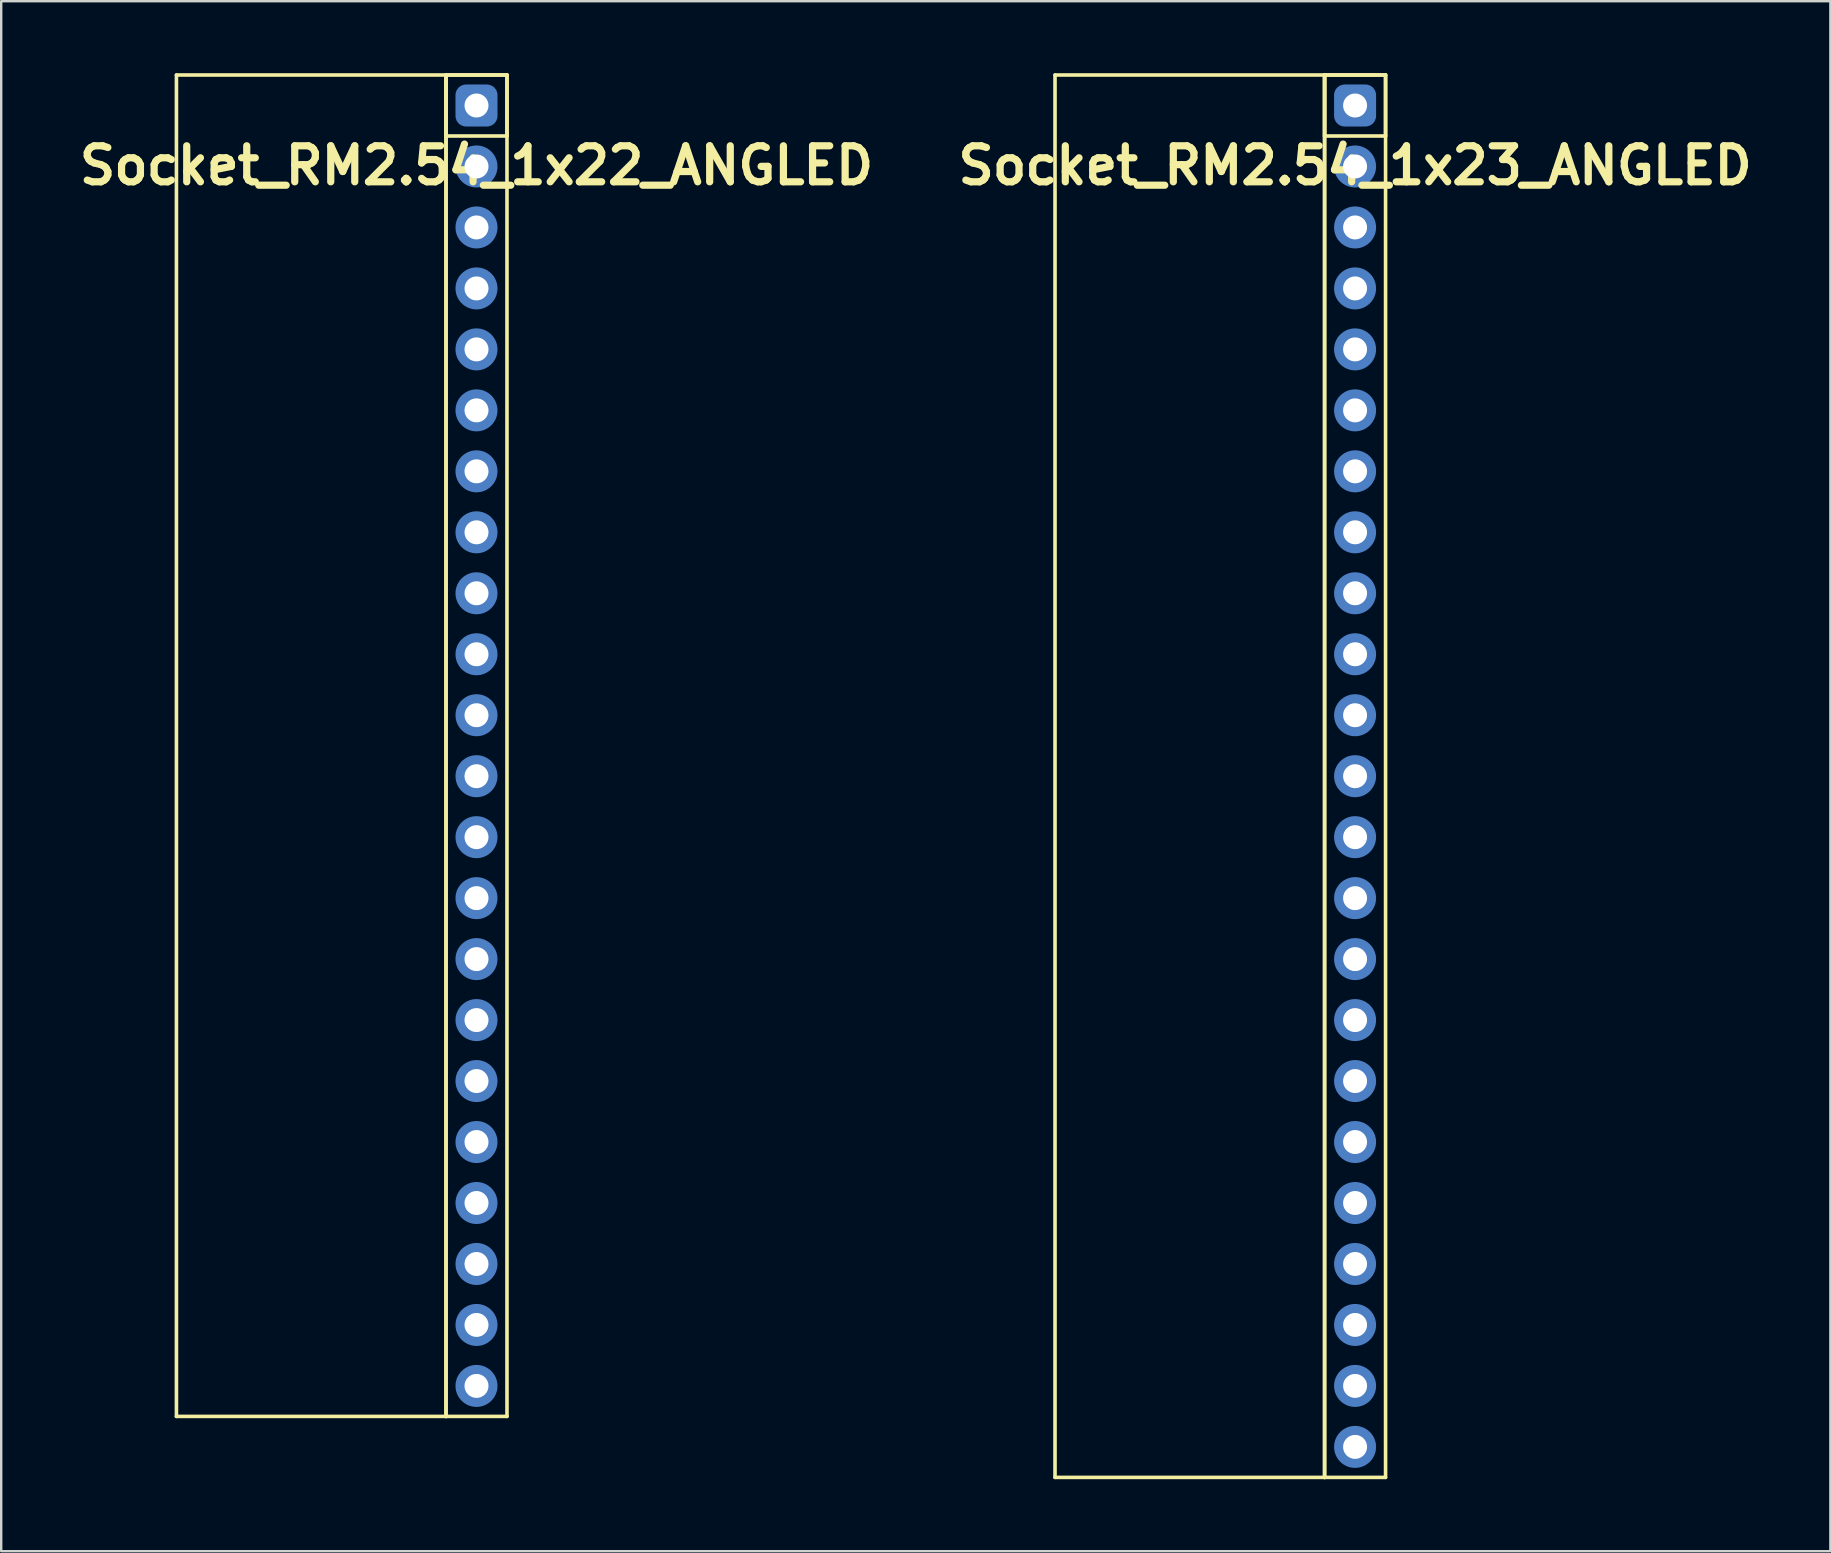
<source format=kicad_pcb>
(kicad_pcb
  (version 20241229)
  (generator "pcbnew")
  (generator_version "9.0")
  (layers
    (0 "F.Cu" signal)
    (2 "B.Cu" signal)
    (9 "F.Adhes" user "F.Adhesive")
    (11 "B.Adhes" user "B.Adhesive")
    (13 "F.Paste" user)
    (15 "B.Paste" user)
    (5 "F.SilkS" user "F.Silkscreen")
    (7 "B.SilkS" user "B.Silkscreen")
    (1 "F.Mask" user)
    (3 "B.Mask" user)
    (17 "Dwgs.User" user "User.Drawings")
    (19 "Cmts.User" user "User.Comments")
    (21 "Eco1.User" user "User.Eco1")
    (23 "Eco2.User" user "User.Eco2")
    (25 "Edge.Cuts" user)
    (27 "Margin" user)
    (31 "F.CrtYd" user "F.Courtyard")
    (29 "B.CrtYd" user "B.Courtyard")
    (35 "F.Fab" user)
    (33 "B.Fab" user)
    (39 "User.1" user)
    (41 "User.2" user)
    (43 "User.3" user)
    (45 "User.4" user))
  (footprint "Socket_RM2.54_1x23_ANGLED"
    (layer "F.Cu")
    (at 53.4 1.345)
    (property "Reference" "Socket_RM2.54_1x23_ANGLED" (at 0 2.5 0) (layer "F.SilkS") (effects (font (size 1.5 1.5) (thickness 0.3))))
    (attr through_hole)
    (fp_line (start -12.5 -1.27) (end -1.27 -1.27) (stroke (width 0.15) (type solid)) (layer "F.SilkS"))
    (fp_line (start -12.5 57.15) (end -12.5 -1.27) (stroke (width 0.15) (type solid)) (layer "F.SilkS"))
    (fp_line (start -1.27 -1.27) (end -1.27 57.15) (stroke (width 0.15) (type solid)) (layer "F.SilkS"))
    (fp_line (start -1.27 -1.27) (end 1.27 -1.27) (stroke (width 0.15) (type solid)) (layer "F.SilkS"))
    (fp_line (start -1.27 -1.27) (end 1.27 -1.27) (stroke (width 0.15) (type solid)) (layer "F.SilkS"))
    (fp_line (start -1.27 1.27) (end -1.27 -1.27) (stroke (width 0.15) (type solid)) (layer "F.SilkS"))
    (fp_line (start -1.27 57.15) (end -12.5 57.15) (stroke (width 0.15) (type solid)) (layer "F.SilkS"))
    (fp_line (start -1.27 57.15) (end -1.27 -1.27) (stroke (width 0.15) (type solid)) (layer "F.SilkS"))
    (fp_line (start 1.27 -1.27) (end 1.27 1.27) (stroke (width 0.15) (type solid)) (layer "F.SilkS"))
    (fp_line (start 1.27 -1.27) (end 1.27 57.15) (stroke (width 0.15) (type solid)) (layer "F.SilkS"))
    (fp_line (start 1.27 1.27) (end -1.27 1.27) (stroke (width 0.15) (type solid)) (layer "F.SilkS"))
    (fp_line (start 1.27 57.15) (end -1.27 57.15) (stroke (width 0.15) (type solid)) (layer "F.SilkS"))
    (pad "1" thru_hole circle (at 0 0) (size 1.3 1.3) (drill 1) (layers "*.Cu" "*.Mask"))
    (pad "1" smd roundrect (at 0 0) (size 1.5 1.5) (layers "F.Cu" "F.Mask") (roundrect_rratio 0.25))
    (pad "1" smd roundrect (at 0 0) (size 1.75 1.75) (layers "B.Cu" "B.Mask") (roundrect_rratio 0.25))
    (pad "2" thru_hole circle (at 0 2.54) (size 1.3 1.3) (drill 1) (layers "*.Cu" "*.Mask"))
    (pad "2" smd circle (at 0 2.54) (size 1.5 1.5) (layers "F.Cu" "F.Mask"))
    (pad "2" smd circle (at 0 2.54) (size 1.75 1.75) (layers "B.Cu" "B.Mask"))
    (pad "3" thru_hole circle (at 0 5.08) (size 1.3 1.3) (drill 1) (layers "*.Cu" "*.Mask"))
    (pad "3" smd circle (at 0 5.08) (size 1.5 1.5) (layers "F.Cu" "F.Mask"))
    (pad "3" smd circle (at 0 5.08) (size 1.75 1.75) (layers "B.Cu" "B.Mask"))
    (pad "4" thru_hole circle (at 0 7.62) (size 1.3 1.3) (drill 1) (layers "*.Cu" "*.Mask"))
    (pad "4" smd circle (at 0 7.62) (size 1.5 1.5) (layers "F.Cu" "F.Mask"))
    (pad "4" smd circle (at 0 7.62) (size 1.75 1.75) (layers "B.Cu" "B.Mask"))
    (pad "5" thru_hole circle (at 0 10.16) (size 1.3 1.3) (drill 1) (layers "*.Cu" "*.Mask"))
    (pad "5" smd circle (at 0 10.16) (size 1.5 1.5) (layers "F.Cu" "F.Mask"))
    (pad "5" smd circle (at 0 10.16) (size 1.75 1.75) (layers "B.Cu" "B.Mask"))
    (pad "6" thru_hole circle (at 0 12.7) (size 1.3 1.3) (drill 1) (layers "*.Cu" "*.Mask"))
    (pad "6" smd circle (at 0 12.7) (size 1.5 1.5) (layers "F.Cu" "F.Mask"))
    (pad "6" smd circle (at 0 12.7) (size 1.75 1.75) (layers "B.Cu" "B.Mask"))
    (pad "7" thru_hole circle (at 0 15.24) (size 1.3 1.3) (drill 1) (layers "*.Cu" "*.Mask"))
    (pad "7" smd circle (at 0 15.24) (size 1.5 1.5) (layers "F.Cu" "F.Mask"))
    (pad "7" smd circle (at 0 15.24) (size 1.75 1.75) (layers "B.Cu" "B.Mask"))
    (pad "8" thru_hole circle (at 0 17.78) (size 1.3 1.3) (drill 1) (layers "*.Cu" "*.Mask"))
    (pad "8" smd circle (at 0 17.78) (size 1.5 1.5) (layers "F.Cu" "F.Mask"))
    (pad "8" smd circle (at 0 17.78) (size 1.75 1.75) (layers "B.Cu" "B.Mask"))
    (pad "9" thru_hole circle (at 0 20.32) (size 1.3 1.3) (drill 1) (layers "*.Cu" "*.Mask"))
    (pad "9" smd circle (at 0 20.32) (size 1.5 1.5) (layers "F.Cu" "F.Mask"))
    (pad "9" smd circle (at 0 20.32) (size 1.75 1.75) (layers "B.Cu" "B.Mask"))
    (pad "10" thru_hole circle (at 0 22.86) (size 1.3 1.3) (drill 1) (layers "*.Cu" "*.Mask"))
    (pad "10" smd circle (at 0 22.86) (size 1.5 1.5) (layers "F.Cu" "F.Mask"))
    (pad "10" smd circle (at 0 22.86) (size 1.75 1.75) (layers "B.Cu" "B.Mask"))
    (pad "11" thru_hole circle (at 0 25.4) (size 1.3 1.3) (drill 1) (layers "*.Cu" "*.Mask"))
    (pad "11" smd circle (at 0 25.4) (size 1.5 1.5) (layers "F.Cu" "F.Mask"))
    (pad "11" smd circle (at 0 25.4) (size 1.75 1.75) (layers "B.Cu" "B.Mask"))
    (pad "12" thru_hole circle (at 0 27.94) (size 1.3 1.3) (drill 1) (layers "*.Cu" "*.Mask"))
    (pad "12" smd circle (at 0 27.94) (size 1.5 1.5) (layers "F.Cu" "F.Mask"))
    (pad "12" smd circle (at 0 27.94) (size 1.75 1.75) (layers "B.Cu" "B.Mask"))
    (pad "13" thru_hole circle (at 0 30.48) (size 1.3 1.3) (drill 1) (layers "*.Cu" "*.Mask"))
    (pad "13" smd circle (at 0 30.48) (size 1.5 1.5) (layers "F.Cu" "F.Mask"))
    (pad "13" smd circle (at 0 30.48) (size 1.75 1.75) (layers "B.Cu" "B.Mask"))
    (pad "14" thru_hole circle (at 0 33.02) (size 1.3 1.3) (drill 1) (layers "*.Cu" "*.Mask"))
    (pad "14" smd circle (at 0 33.02) (size 1.5 1.5) (layers "F.Cu" "F.Mask"))
    (pad "14" smd circle (at 0 33.02) (size 1.75 1.75) (layers "B.Cu" "B.Mask"))
    (pad "15" thru_hole circle (at 0 35.56) (size 1.3 1.3) (drill 1) (layers "*.Cu" "*.Mask"))
    (pad "15" smd circle (at 0 35.56) (size 1.5 1.5) (layers "F.Cu" "F.Mask"))
    (pad "15" smd circle (at 0 35.56) (size 1.75 1.75) (layers "B.Cu" "B.Mask"))
    (pad "16" thru_hole circle (at 0 38.1) (size 1.3 1.3) (drill 1) (layers "*.Cu" "*.Mask"))
    (pad "16" smd circle (at 0 38.1) (size 1.5 1.5) (layers "F.Cu" "F.Mask"))
    (pad "16" smd circle (at 0 38.1) (size 1.75 1.75) (layers "B.Cu" "B.Mask"))
    (pad "17" thru_hole circle (at 0 40.64) (size 1.3 1.3) (drill 1) (layers "*.Cu" "*.Mask"))
    (pad "17" smd circle (at 0 40.64) (size 1.5 1.5) (layers "F.Cu" "F.Mask"))
    (pad "17" smd circle (at 0 40.64) (size 1.75 1.75) (layers "B.Cu" "B.Mask"))
    (pad "18" thru_hole circle (at 0 43.18) (size 1.3 1.3) (drill 1) (layers "*.Cu" "*.Mask"))
    (pad "18" smd circle (at 0 43.18) (size 1.5 1.5) (layers "F.Cu" "F.Mask"))
    (pad "18" smd circle (at 0 43.18) (size 1.75 1.75) (layers "B.Cu" "B.Mask"))
    (pad "19" thru_hole circle (at 0 45.72) (size 1.3 1.3) (drill 1) (layers "*.Cu" "*.Mask"))
    (pad "19" smd circle (at 0 45.72) (size 1.5 1.5) (layers "F.Cu" "F.Mask"))
    (pad "19" smd circle (at 0 45.72) (size 1.75 1.75) (layers "B.Cu" "B.Mask"))
    (pad "20" thru_hole circle (at 0 48.26) (size 1.3 1.3) (drill 1) (layers "*.Cu" "*.Mask"))
    (pad "20" smd circle (at 0 48.26) (size 1.5 1.5) (layers "F.Cu" "F.Mask"))
    (pad "20" smd circle (at 0 48.26) (size 1.75 1.75) (layers "B.Cu" "B.Mask"))
    (pad "21" thru_hole circle (at 0 50.8) (size 1.3 1.3) (drill 1) (layers "*.Cu" "*.Mask"))
    (pad "21" smd circle (at 0 50.8) (size 1.5 1.5) (layers "F.Cu" "F.Mask"))
    (pad "21" smd circle (at 0 50.8) (size 1.75 1.75) (layers "B.Cu" "B.Mask"))
    (pad "22" thru_hole circle (at 0 53.34) (size 1.3 1.3) (drill 1) (layers "*.Cu" "*.Mask"))
    (pad "22" smd circle (at 0 53.34) (size 1.5 1.5) (layers "F.Cu" "F.Mask"))
    (pad "22" smd circle (at 0 53.34) (size 1.75 1.75) (layers "B.Cu" "B.Mask"))
    (pad "23" thru_hole circle (at 0 55.88) (size 1.3 1.3) (drill 1) (layers "*.Cu" "*.Mask"))
    (pad "23" smd circle (at 0 55.88) (size 1.5 1.5) (layers "F.Cu" "F.Mask"))
    (pad "23" smd circle (at 0 55.88) (size 1.75 1.75) (layers "B.Cu" "B.Mask")))
  (footprint "Socket_RM2.54_1x22_ANGLED"
    (layer "F.Cu")
    (at 16.8 1.345)
    (property "Reference" "Socket_RM2.54_1x22_ANGLED" (at 0 2.5 0) (layer "F.SilkS") (effects (font (size 1.5 1.5) (thickness 0.3))))
    (attr through_hole)
    (fp_line (start -12.5 -1.27) (end -1.27 -1.27) (stroke (width 0.15) (type solid)) (layer "F.SilkS"))
    (fp_line (start -12.5 54.61) (end -12.5 -1.27) (stroke (width 0.15) (type solid)) (layer "F.SilkS"))
    (fp_line (start -1.27 -1.27) (end -1.27 54.61) (stroke (width 0.15) (type solid)) (layer "F.SilkS"))
    (fp_line (start -1.27 -1.27) (end 1.27 -1.27) (stroke (width 0.15) (type solid)) (layer "F.SilkS"))
    (fp_line (start -1.27 -1.27) (end 1.27 -1.27) (stroke (width 0.15) (type solid)) (layer "F.SilkS"))
    (fp_line (start -1.27 1.27) (end -1.27 -1.27) (stroke (width 0.15) (type solid)) (layer "F.SilkS"))
    (fp_line (start -1.27 54.61) (end -12.5 54.61) (stroke (width 0.15) (type solid)) (layer "F.SilkS"))
    (fp_line (start -1.27 54.61) (end -1.27 -1.27) (stroke (width 0.15) (type solid)) (layer "F.SilkS"))
    (fp_line (start 1.27 -1.27) (end 1.27 1.27) (stroke (width 0.15) (type solid)) (layer "F.SilkS"))
    (fp_line (start 1.27 -1.27) (end 1.27 54.61) (stroke (width 0.15) (type solid)) (layer "F.SilkS"))
    (fp_line (start 1.27 1.27) (end -1.27 1.27) (stroke (width 0.15) (type solid)) (layer "F.SilkS"))
    (fp_line (start 1.27 54.61) (end -1.27 54.61) (stroke (width 0.15) (type solid)) (layer "F.SilkS"))
    (pad "1" thru_hole circle (at 0 0) (size 1.3 1.3) (drill 1) (layers "*.Cu" "*.Mask"))
    (pad "1" smd roundrect (at 0 0) (size 1.5 1.5) (layers "F.Cu" "F.Mask") (roundrect_rratio 0.25))
    (pad "1" smd roundrect (at 0 0) (size 1.75 1.75) (layers "B.Cu" "B.Mask") (roundrect_rratio 0.25))
    (pad "2" thru_hole circle (at 0 2.54) (size 1.3 1.3) (drill 1) (layers "*.Cu" "*.Mask"))
    (pad "2" smd circle (at 0 2.54) (size 1.5 1.5) (layers "F.Cu" "F.Mask"))
    (pad "2" smd circle (at 0 2.54) (size 1.75 1.75) (layers "B.Cu" "B.Mask"))
    (pad "3" thru_hole circle (at 0 5.08) (size 1.3 1.3) (drill 1) (layers "*.Cu" "*.Mask"))
    (pad "3" smd circle (at 0 5.08) (size 1.5 1.5) (layers "F.Cu" "F.Mask"))
    (pad "3" smd circle (at 0 5.08) (size 1.75 1.75) (layers "B.Cu" "B.Mask"))
    (pad "4" thru_hole circle (at 0 7.62) (size 1.3 1.3) (drill 1) (layers "*.Cu" "*.Mask"))
    (pad "4" smd circle (at 0 7.62) (size 1.5 1.5) (layers "F.Cu" "F.Mask"))
    (pad "4" smd circle (at 0 7.62) (size 1.75 1.75) (layers "B.Cu" "B.Mask"))
    (pad "5" thru_hole circle (at 0 10.16) (size 1.3 1.3) (drill 1) (layers "*.Cu" "*.Mask"))
    (pad "5" smd circle (at 0 10.16) (size 1.5 1.5) (layers "F.Cu" "F.Mask"))
    (pad "5" smd circle (at 0 10.16) (size 1.75 1.75) (layers "B.Cu" "B.Mask"))
    (pad "6" thru_hole circle (at 0 12.7) (size 1.3 1.3) (drill 1) (layers "*.Cu" "*.Mask"))
    (pad "6" smd circle (at 0 12.7) (size 1.5 1.5) (layers "F.Cu" "F.Mask"))
    (pad "6" smd circle (at 0 12.7) (size 1.75 1.75) (layers "B.Cu" "B.Mask"))
    (pad "7" thru_hole circle (at 0 15.24) (size 1.3 1.3) (drill 1) (layers "*.Cu" "*.Mask"))
    (pad "7" smd circle (at 0 15.24) (size 1.5 1.5) (layers "F.Cu" "F.Mask"))
    (pad "7" smd circle (at 0 15.24) (size 1.75 1.75) (layers "B.Cu" "B.Mask"))
    (pad "8" thru_hole circle (at 0 17.78) (size 1.3 1.3) (drill 1) (layers "*.Cu" "*.Mask"))
    (pad "8" smd circle (at 0 17.78) (size 1.5 1.5) (layers "F.Cu" "F.Mask"))
    (pad "8" smd circle (at 0 17.78) (size 1.75 1.75) (layers "B.Cu" "B.Mask"))
    (pad "9" thru_hole circle (at 0 20.32) (size 1.3 1.3) (drill 1) (layers "*.Cu" "*.Mask"))
    (pad "9" smd circle (at 0 20.32) (size 1.5 1.5) (layers "F.Cu" "F.Mask"))
    (pad "9" smd circle (at 0 20.32) (size 1.75 1.75) (layers "B.Cu" "B.Mask"))
    (pad "10" thru_hole circle (at 0 22.86) (size 1.3 1.3) (drill 1) (layers "*.Cu" "*.Mask"))
    (pad "10" smd circle (at 0 22.86) (size 1.5 1.5) (layers "F.Cu" "F.Mask"))
    (pad "10" smd circle (at 0 22.86) (size 1.75 1.75) (layers "B.Cu" "B.Mask"))
    (pad "11" thru_hole circle (at 0 25.4) (size 1.3 1.3) (drill 1) (layers "*.Cu" "*.Mask"))
    (pad "11" smd circle (at 0 25.4) (size 1.5 1.5) (layers "F.Cu" "F.Mask"))
    (pad "11" smd circle (at 0 25.4) (size 1.75 1.75) (layers "B.Cu" "B.Mask"))
    (pad "12" thru_hole circle (at 0 27.94) (size 1.3 1.3) (drill 1) (layers "*.Cu" "*.Mask"))
    (pad "12" smd circle (at 0 27.94) (size 1.5 1.5) (layers "F.Cu" "F.Mask"))
    (pad "12" smd circle (at 0 27.94) (size 1.75 1.75) (layers "B.Cu" "B.Mask"))
    (pad "13" thru_hole circle (at 0 30.48) (size 1.3 1.3) (drill 1) (layers "*.Cu" "*.Mask"))
    (pad "13" smd circle (at 0 30.48) (size 1.5 1.5) (layers "F.Cu" "F.Mask"))
    (pad "13" smd circle (at 0 30.48) (size 1.75 1.75) (layers "B.Cu" "B.Mask"))
    (pad "14" thru_hole circle (at 0 33.02) (size 1.3 1.3) (drill 1) (layers "*.Cu" "*.Mask"))
    (pad "14" smd circle (at 0 33.02) (size 1.5 1.5) (layers "F.Cu" "F.Mask"))
    (pad "14" smd circle (at 0 33.02) (size 1.75 1.75) (layers "B.Cu" "B.Mask"))
    (pad "15" thru_hole circle (at 0 35.56) (size 1.3 1.3) (drill 1) (layers "*.Cu" "*.Mask"))
    (pad "15" smd circle (at 0 35.56) (size 1.5 1.5) (layers "F.Cu" "F.Mask"))
    (pad "15" smd circle (at 0 35.56) (size 1.75 1.75) (layers "B.Cu" "B.Mask"))
    (pad "16" thru_hole circle (at 0 38.1) (size 1.3 1.3) (drill 1) (layers "*.Cu" "*.Mask"))
    (pad "16" smd circle (at 0 38.1) (size 1.5 1.5) (layers "F.Cu" "F.Mask"))
    (pad "16" smd circle (at 0 38.1) (size 1.75 1.75) (layers "B.Cu" "B.Mask"))
    (pad "17" thru_hole circle (at 0 40.64) (size 1.3 1.3) (drill 1) (layers "*.Cu" "*.Mask"))
    (pad "17" smd circle (at 0 40.64) (size 1.5 1.5) (layers "F.Cu" "F.Mask"))
    (pad "17" smd circle (at 0 40.64) (size 1.75 1.75) (layers "B.Cu" "B.Mask"))
    (pad "18" thru_hole circle (at 0 43.18) (size 1.3 1.3) (drill 1) (layers "*.Cu" "*.Mask"))
    (pad "18" smd circle (at 0 43.18) (size 1.5 1.5) (layers "F.Cu" "F.Mask"))
    (pad "18" smd circle (at 0 43.18) (size 1.75 1.75) (layers "B.Cu" "B.Mask"))
    (pad "19" thru_hole circle (at 0 45.72) (size 1.3 1.3) (drill 1) (layers "*.Cu" "*.Mask"))
    (pad "19" smd circle (at 0 45.72) (size 1.5 1.5) (layers "F.Cu" "F.Mask"))
    (pad "19" smd circle (at 0 45.72) (size 1.75 1.75) (layers "B.Cu" "B.Mask"))
    (pad "20" thru_hole circle (at 0 48.26) (size 1.3 1.3) (drill 1) (layers "*.Cu" "*.Mask"))
    (pad "20" smd circle (at 0 48.26) (size 1.5 1.5) (layers "F.Cu" "F.Mask"))
    (pad "20" smd circle (at 0 48.26) (size 1.75 1.75) (layers "B.Cu" "B.Mask"))
    (pad "21" thru_hole circle (at 0 50.8) (size 1.3 1.3) (drill 1) (layers "*.Cu" "*.Mask"))
    (pad "21" smd circle (at 0 50.8) (size 1.5 1.5) (layers "F.Cu" "F.Mask"))
    (pad "21" smd circle (at 0 50.8) (size 1.75 1.75) (layers "B.Cu" "B.Mask"))
    (pad "22" thru_hole circle (at 0 53.34) (size 1.3 1.3) (drill 1) (layers "*.Cu" "*.Mask"))
    (pad "22" smd circle (at 0 53.34) (size 1.5 1.5) (layers "F.Cu" "F.Mask"))
    (pad "22" smd circle (at 0 53.34) (size 1.75 1.75) (layers "B.Cu" "B.Mask")))
  (gr_rect
    (start -3 -3)
    (end 73.2 61.57)
    (stroke (width 0.1) (type default))
    (fill no)
    (layer "Edge.Cuts")))
</source>
